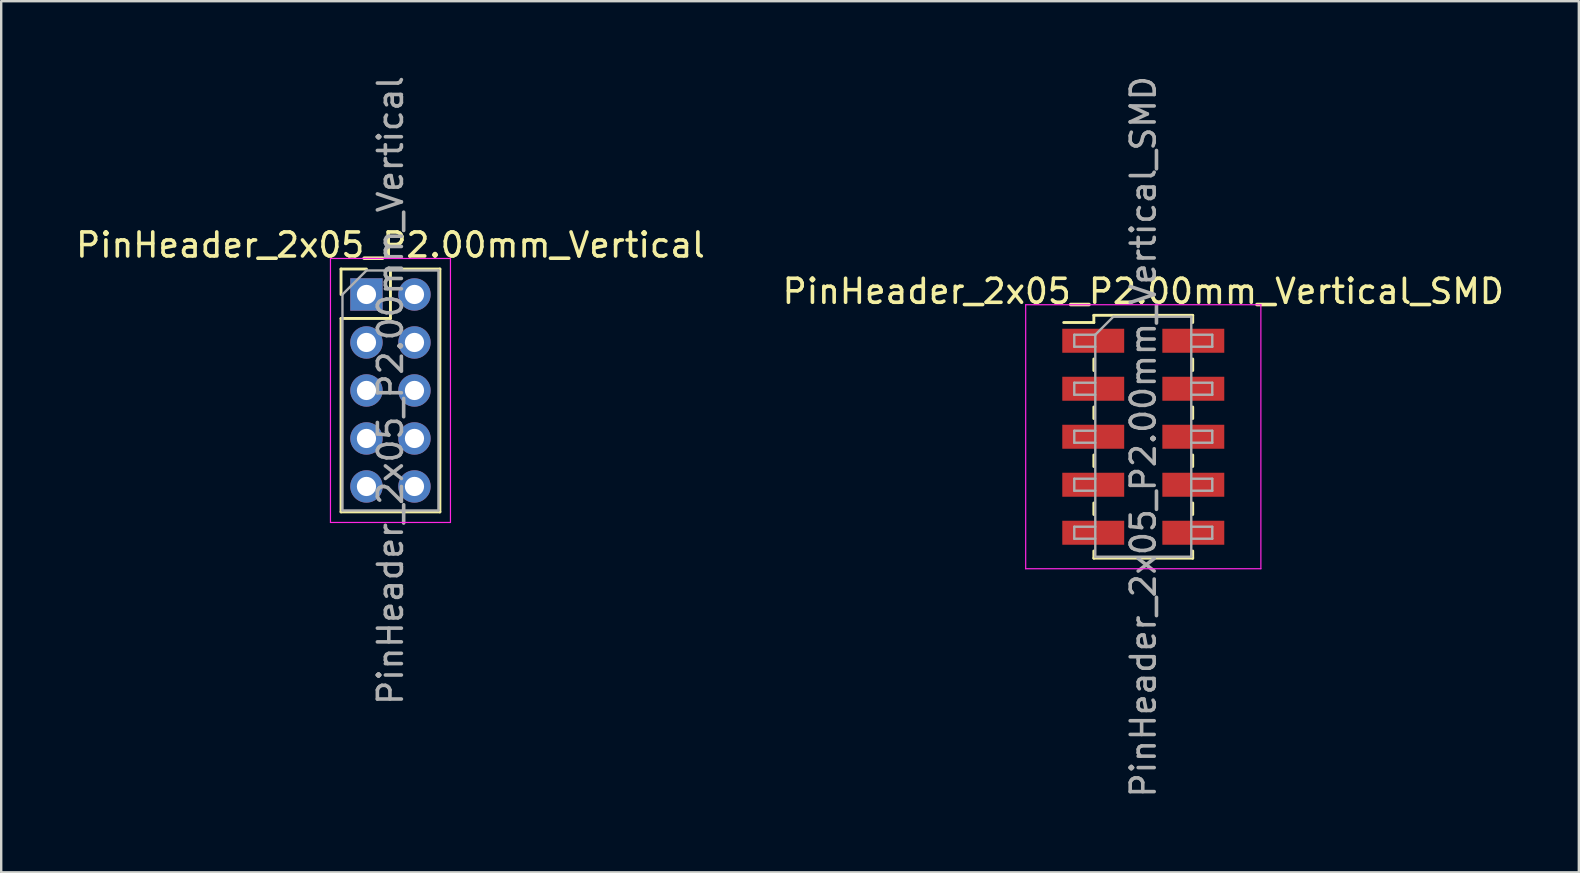
<source format=kicad_pcb>
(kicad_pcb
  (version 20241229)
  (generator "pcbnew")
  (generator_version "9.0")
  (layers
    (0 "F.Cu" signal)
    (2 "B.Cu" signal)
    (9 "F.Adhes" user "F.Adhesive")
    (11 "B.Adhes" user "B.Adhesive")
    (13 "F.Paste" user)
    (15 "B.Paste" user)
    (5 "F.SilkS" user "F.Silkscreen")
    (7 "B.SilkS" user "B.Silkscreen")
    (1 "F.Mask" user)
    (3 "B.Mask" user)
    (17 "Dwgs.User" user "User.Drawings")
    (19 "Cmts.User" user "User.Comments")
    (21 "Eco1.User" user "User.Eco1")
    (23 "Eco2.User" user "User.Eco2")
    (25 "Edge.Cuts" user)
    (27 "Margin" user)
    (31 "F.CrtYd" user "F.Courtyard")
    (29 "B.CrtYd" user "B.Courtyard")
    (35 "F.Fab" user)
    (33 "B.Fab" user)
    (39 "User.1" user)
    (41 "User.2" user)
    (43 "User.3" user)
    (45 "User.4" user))
  (footprint "PinHeader_2x05_P2.00mm_Vertical_SMD"
    (layer "F.Cu")
    (at 44.589 15.149)
    (property "Reference" "PinHeader_2x05_P2.00mm_Vertical_SMD" (at 0 -6.06 0) (layer "F.SilkS") (effects (font (size 1 1) (thickness 0.15))))
    (attr smd)
    (fp_line (start -3.315 -4.76) (end -2.06 -4.76) (stroke (width 0.12) (type solid)) (layer "F.SilkS"))
    (fp_line (start -2.06 -5.06) (end -2.06 -4.76) (stroke (width 0.12) (type solid)) (layer "F.SilkS"))
    (fp_line (start -2.06 -5.06) (end 2.06 -5.06) (stroke (width 0.12) (type solid)) (layer "F.SilkS"))
    (fp_line (start -2.06 -3.24) (end -2.06 -2.76) (stroke (width 0.12) (type solid)) (layer "F.SilkS"))
    (fp_line (start -2.06 -1.24) (end -2.06 -0.76) (stroke (width 0.12) (type solid)) (layer "F.SilkS"))
    (fp_line (start -2.06 0.76) (end -2.06 1.24) (stroke (width 0.12) (type solid)) (layer "F.SilkS"))
    (fp_line (start -2.06 2.76) (end -2.06 3.24) (stroke (width 0.12) (type solid)) (layer "F.SilkS"))
    (fp_line (start -2.06 4.76) (end -2.06 5.06) (stroke (width 0.12) (type solid)) (layer "F.SilkS"))
    (fp_line (start -2.06 5.06) (end 2.06 5.06) (stroke (width 0.12) (type solid)) (layer "F.SilkS"))
    (fp_line (start 2.06 -5.06) (end 2.06 -4.76) (stroke (width 0.12) (type solid)) (layer "F.SilkS"))
    (fp_line (start 2.06 -3.24) (end 2.06 -2.76) (stroke (width 0.12) (type solid)) (layer "F.SilkS"))
    (fp_line (start 2.06 -1.24) (end 2.06 -0.76) (stroke (width 0.12) (type solid)) (layer "F.SilkS"))
    (fp_line (start 2.06 0.76) (end 2.06 1.24) (stroke (width 0.12) (type solid)) (layer "F.SilkS"))
    (fp_line (start 2.06 2.76) (end 2.06 3.24) (stroke (width 0.12) (type solid)) (layer "F.SilkS"))
    (fp_line (start 2.06 4.76) (end 2.06 5.06) (stroke (width 0.12) (type solid)) (layer "F.SilkS"))
    (fp_line (start -4.9 -5.5) (end -4.9 5.5) (stroke (width 0.05) (type solid)) (layer "F.CrtYd"))
    (fp_line (start -4.9 5.5) (end 4.9 5.5) (stroke (width 0.05) (type solid)) (layer "F.CrtYd"))
    (fp_line (start 4.9 -5.5) (end -4.9 -5.5) (stroke (width 0.05) (type solid)) (layer "F.CrtYd"))
    (fp_line (start 4.9 5.5) (end 4.9 -5.5) (stroke (width 0.05) (type solid)) (layer "F.CrtYd"))
    (fp_line (start -2.875 -4.25) (end -2.875 -3.75) (stroke (width 0.1) (type solid)) (layer "F.Fab"))
    (fp_line (start -2.875 -3.75) (end -2 -3.75) (stroke (width 0.1) (type solid)) (layer "F.Fab"))
    (fp_line (start -2.875 -2.25) (end -2.875 -1.75) (stroke (width 0.1) (type solid)) (layer "F.Fab"))
    (fp_line (start -2.875 -1.75) (end -2 -1.75) (stroke (width 0.1) (type solid)) (layer "F.Fab"))
    (fp_line (start -2.875 -0.25) (end -2.875 0.25) (stroke (width 0.1) (type solid)) (layer "F.Fab"))
    (fp_line (start -2.875 0.25) (end -2 0.25) (stroke (width 0.1) (type solid)) (layer "F.Fab"))
    (fp_line (start -2.875 1.75) (end -2.875 2.25) (stroke (width 0.1) (type solid)) (layer "F.Fab"))
    (fp_line (start -2.875 2.25) (end -2 2.25) (stroke (width 0.1) (type solid)) (layer "F.Fab"))
    (fp_line (start -2.875 3.75) (end -2.875 4.25) (stroke (width 0.1) (type solid)) (layer "F.Fab"))
    (fp_line (start -2.875 4.25) (end -2 4.25) (stroke (width 0.1) (type solid)) (layer "F.Fab"))
    (fp_line (start -2 -4.25) (end -2.875 -4.25) (stroke (width 0.1) (type solid)) (layer "F.Fab"))
    (fp_line (start -2 -4.25) (end -1.25 -5) (stroke (width 0.1) (type solid)) (layer "F.Fab"))
    (fp_line (start -2 -2.25) (end -2.875 -2.25) (stroke (width 0.1) (type solid)) (layer "F.Fab"))
    (fp_line (start -2 -0.25) (end -2.875 -0.25) (stroke (width 0.1) (type solid)) (layer "F.Fab"))
    (fp_line (start -2 1.75) (end -2.875 1.75) (stroke (width 0.1) (type solid)) (layer "F.Fab"))
    (fp_line (start -2 3.75) (end -2.875 3.75) (stroke (width 0.1) (type solid)) (layer "F.Fab"))
    (fp_line (start -2 5) (end -2 -4.25) (stroke (width 0.1) (type solid)) (layer "F.Fab"))
    (fp_line (start -1.25 -5) (end 2 -5) (stroke (width 0.1) (type solid)) (layer "F.Fab"))
    (fp_line (start 2 -5) (end 2 5) (stroke (width 0.1) (type solid)) (layer "F.Fab"))
    (fp_line (start 2 -4.25) (end 2.875 -4.25) (stroke (width 0.1) (type solid)) (layer "F.Fab"))
    (fp_line (start 2 -2.25) (end 2.875 -2.25) (stroke (width 0.1) (type solid)) (layer "F.Fab"))
    (fp_line (start 2 -0.25) (end 2.875 -0.25) (stroke (width 0.1) (type solid)) (layer "F.Fab"))
    (fp_line (start 2 1.75) (end 2.875 1.75) (stroke (width 0.1) (type solid)) (layer "F.Fab"))
    (fp_line (start 2 3.75) (end 2.875 3.75) (stroke (width 0.1) (type solid)) (layer "F.Fab"))
    (fp_line (start 2 5) (end -2 5) (stroke (width 0.1) (type solid)) (layer "F.Fab"))
    (fp_line (start 2.875 -4.25) (end 2.875 -3.75) (stroke (width 0.1) (type solid)) (layer "F.Fab"))
    (fp_line (start 2.875 -3.75) (end 2 -3.75) (stroke (width 0.1) (type solid)) (layer "F.Fab"))
    (fp_line (start 2.875 -2.25) (end 2.875 -1.75) (stroke (width 0.1) (type solid)) (layer "F.Fab"))
    (fp_line (start 2.875 -1.75) (end 2 -1.75) (stroke (width 0.1) (type solid)) (layer "F.Fab"))
    (fp_line (start 2.875 -0.25) (end 2.875 0.25) (stroke (width 0.1) (type solid)) (layer "F.Fab"))
    (fp_line (start 2.875 0.25) (end 2 0.25) (stroke (width 0.1) (type solid)) (layer "F.Fab"))
    (fp_line (start 2.875 1.75) (end 2.875 2.25) (stroke (width 0.1) (type solid)) (layer "F.Fab"))
    (fp_line (start 2.875 2.25) (end 2 2.25) (stroke (width 0.1) (type solid)) (layer "F.Fab"))
    (fp_line (start 2.875 3.75) (end 2.875 4.25) (stroke (width 0.1) (type solid)) (layer "F.Fab"))
    (fp_line (start 2.875 4.25) (end 2 4.25) (stroke (width 0.1) (type solid)) (layer "F.Fab"))
    (fp_text user "${REFERENCE}" (at 0 0 90) (layer "F.Fab") (effects (font (size 1 1) (thickness 0.15))))
    (pad "1" smd rect (at -2.085 -4) (size 2.58 1) (layers "F.Cu" "F.Mask" "F.Paste"))
    (pad "2" smd rect (at 2.085 -4) (size 2.58 1) (layers "F.Cu" "F.Mask" "F.Paste"))
    (pad "3" smd rect (at -2.085 -2) (size 2.58 1) (layers "F.Cu" "F.Mask" "F.Paste"))
    (pad "4" smd rect (at 2.085 -2) (size 2.58 1) (layers "F.Cu" "F.Mask" "F.Paste"))
    (pad "5" smd rect (at -2.085 0) (size 2.58 1) (layers "F.Cu" "F.Mask" "F.Paste"))
    (pad "6" smd rect (at 2.085 0) (size 2.58 1) (layers "F.Cu" "F.Mask" "F.Paste"))
    (pad "7" smd rect (at -2.085 2) (size 2.58 1) (layers "F.Cu" "F.Mask" "F.Paste"))
    (pad "8" smd rect (at 2.085 2) (size 2.58 1) (layers "F.Cu" "F.Mask" "F.Paste"))
    (pad "9" smd rect (at -2.085 4) (size 2.58 1) (layers "F.Cu" "F.Mask" "F.Paste"))
    (pad "10" smd rect (at 2.085 4) (size 2.58 1) (layers "F.Cu" "F.Mask" "F.Paste")))
  (footprint "PinHeader_2x05_P2.00mm_Vertical"
    (layer "F.Cu")
    (at 12.22 9.22)
    (property "Reference" "PinHeader_2x05_P2.00mm_Vertical" (at 1 -2.06 0) (layer "F.SilkS") (effects (font (size 1 1) (thickness 0.15))))
    (attr through_hole)
    (fp_line (start -1.06 -1.06) (end 0 -1.06) (stroke (width 0.12) (type solid)) (layer "F.SilkS"))
    (fp_line (start -1.06 0) (end -1.06 -1.06) (stroke (width 0.12) (type solid)) (layer "F.SilkS"))
    (fp_line (start -1.06 1) (end -1.06 9.06) (stroke (width 0.12) (type solid)) (layer "F.SilkS"))
    (fp_line (start -1.06 1) (end 1 1) (stroke (width 0.12) (type solid)) (layer "F.SilkS"))
    (fp_line (start -1.06 9.06) (end 3.06 9.06) (stroke (width 0.12) (type solid)) (layer "F.SilkS"))
    (fp_line (start 1 -1.06) (end 3.06 -1.06) (stroke (width 0.12) (type solid)) (layer "F.SilkS"))
    (fp_line (start 1 1) (end 1 -1.06) (stroke (width 0.12) (type solid)) (layer "F.SilkS"))
    (fp_line (start 3.06 -1.06) (end 3.06 9.06) (stroke (width 0.12) (type solid)) (layer "F.SilkS"))
    (fp_line (start -1.5 -1.5) (end -1.5 9.5) (stroke (width 0.05) (type solid)) (layer "F.CrtYd"))
    (fp_line (start -1.5 9.5) (end 3.5 9.5) (stroke (width 0.05) (type solid)) (layer "F.CrtYd"))
    (fp_line (start 3.5 -1.5) (end -1.5 -1.5) (stroke (width 0.05) (type solid)) (layer "F.CrtYd"))
    (fp_line (start 3.5 9.5) (end 3.5 -1.5) (stroke (width 0.05) (type solid)) (layer "F.CrtYd"))
    (fp_line (start -1 0) (end 0 -1) (stroke (width 0.1) (type solid)) (layer "F.Fab"))
    (fp_line (start -1 9) (end -1 0) (stroke (width 0.1) (type solid)) (layer "F.Fab"))
    (fp_line (start 0 -1) (end 3 -1) (stroke (width 0.1) (type solid)) (layer "F.Fab"))
    (fp_line (start 3 -1) (end 3 9) (stroke (width 0.1) (type solid)) (layer "F.Fab"))
    (fp_line (start 3 9) (end -1 9) (stroke (width 0.1) (type solid)) (layer "F.Fab"))
    (fp_text user "${REFERENCE}" (at 1 4 90) (layer "F.Fab") (effects (font (size 1 1) (thickness 0.15))))
    (pad "1" thru_hole rect (at 0 0) (size 1.35 1.35) (drill 0.8) (layers "*.Cu" "*.Mask"))
    (pad "2" thru_hole oval (at 2 0) (size 1.35 1.35) (drill 0.8) (layers "*.Cu" "*.Mask"))
    (pad "3" thru_hole oval (at 0 2) (size 1.35 1.35) (drill 0.8) (layers "*.Cu" "*.Mask"))
    (pad "4" thru_hole oval (at 2 2) (size 1.35 1.35) (drill 0.8) (layers "*.Cu" "*.Mask"))
    (pad "5" thru_hole oval (at 0 4) (size 1.35 1.35) (drill 0.8) (layers "*.Cu" "*.Mask"))
    (pad "6" thru_hole oval (at 2 4) (size 1.35 1.35) (drill 0.8) (layers "*.Cu" "*.Mask"))
    (pad "7" thru_hole oval (at 0 6) (size 1.35 1.35) (drill 0.8) (layers "*.Cu" "*.Mask"))
    (pad "8" thru_hole oval (at 2 6) (size 1.35 1.35) (drill 0.8) (layers "*.Cu" "*.Mask"))
    (pad "9" thru_hole oval (at 0 8) (size 1.35 1.35) (drill 0.8) (layers "*.Cu" "*.Mask"))
    (pad "10" thru_hole oval (at 2 8) (size 1.35 1.35) (drill 0.8) (layers "*.Cu" "*.Mask")))
  (gr_rect
    (start -3 -3)
    (end 62.738 33.298)
    (stroke (width 0.1) (type default))
    (fill no)
    (layer "Edge.Cuts")))
</source>
